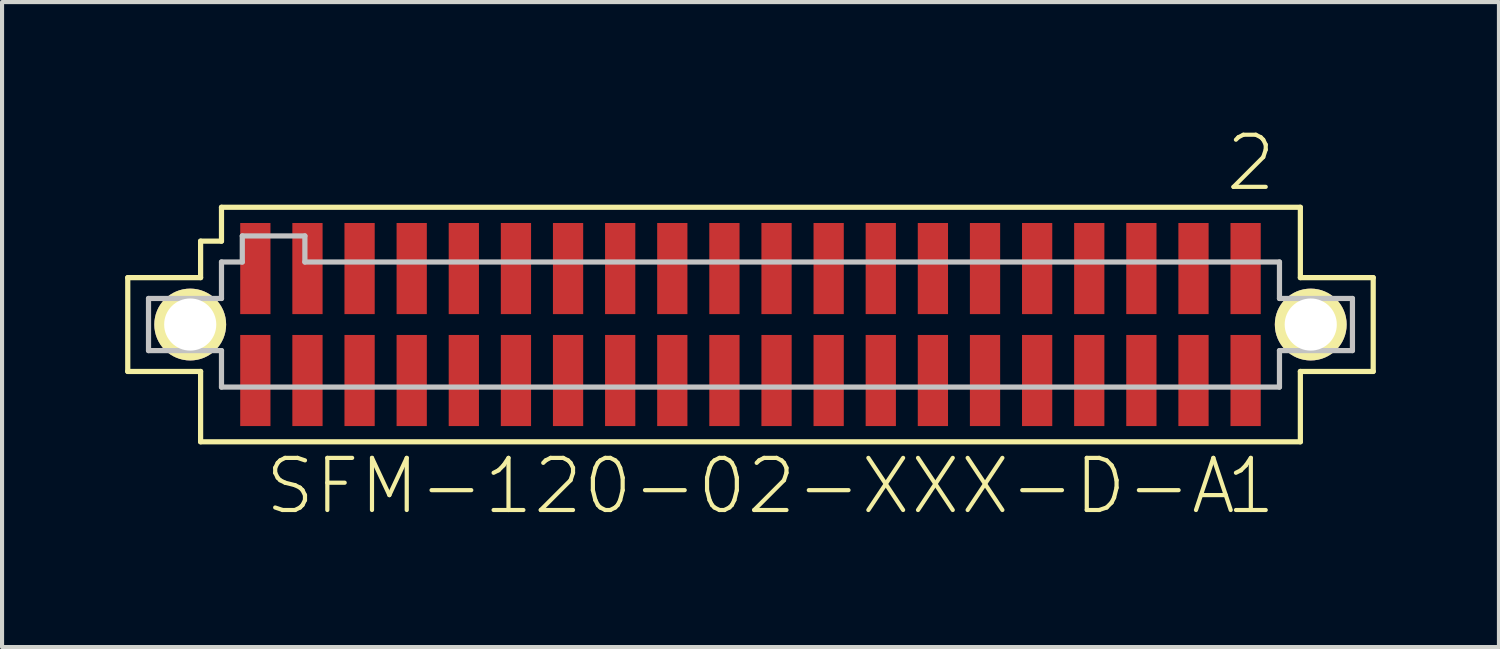
<source format=kicad_pcb>
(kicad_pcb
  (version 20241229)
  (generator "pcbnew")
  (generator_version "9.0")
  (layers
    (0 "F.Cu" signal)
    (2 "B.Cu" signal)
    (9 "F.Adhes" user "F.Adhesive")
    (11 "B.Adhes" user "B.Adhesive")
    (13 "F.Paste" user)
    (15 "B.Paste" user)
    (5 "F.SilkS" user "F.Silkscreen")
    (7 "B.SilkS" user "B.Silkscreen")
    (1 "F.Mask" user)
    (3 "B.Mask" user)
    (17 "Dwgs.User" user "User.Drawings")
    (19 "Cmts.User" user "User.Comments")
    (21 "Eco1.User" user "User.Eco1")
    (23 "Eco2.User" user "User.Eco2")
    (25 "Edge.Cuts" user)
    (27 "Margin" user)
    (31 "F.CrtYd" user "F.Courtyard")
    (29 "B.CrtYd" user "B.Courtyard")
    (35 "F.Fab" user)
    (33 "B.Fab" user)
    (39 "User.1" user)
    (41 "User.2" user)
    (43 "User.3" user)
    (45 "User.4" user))
  (footprint "SFM-120-02-XXX-D-A"
    (layer "F.Cu")
    (at 15.237 4.858)
    (property "Reference" "SFM-120-02-XXX-D-A" (at 0 3.937 0) (layer "F.SilkS") (effects (font (size 1.27 1.27) (thickness 0.102))))
    (attr smd)
    (fp_line (start -15.174 -1.143) (end -13.399 -1.143) (stroke (width 0.127) (type solid)) (layer "F.SilkS"))
    (fp_line (start -15.174 1.143) (end -15.174 -1.143) (stroke (width 0.127) (type solid)) (layer "F.SilkS"))
    (fp_line (start -14.364 0) (end -12.941 0) (stroke (width 0.127) (type solid)) (layer "F.SilkS"))
    (fp_line (start -13.652 0.711) (end -13.652 -0.711) (stroke (width 0.127) (type solid)) (layer "F.SilkS"))
    (fp_line (start -13.399 -2.032) (end -12.89 -2.032) (stroke (width 0.127) (type solid)) (layer "F.SilkS"))
    (fp_line (start -13.399 -1.143) (end -13.399 -2.032) (stroke (width 0.127) (type solid)) (layer "F.SilkS"))
    (fp_line (start -13.399 1.143) (end -15.174 1.143) (stroke (width 0.127) (type solid)) (layer "F.SilkS"))
    (fp_line (start -13.399 2.857) (end -13.399 1.143) (stroke (width 0.127) (type solid)) (layer "F.SilkS"))
    (fp_line (start -12.89 -2.857) (end 13.399 -2.857) (stroke (width 0.127) (type solid)) (layer "F.SilkS"))
    (fp_line (start -12.89 -2.032) (end -12.89 -2.857) (stroke (width 0.127) (type solid)) (layer "F.SilkS"))
    (fp_line (start 12.941 0) (end 14.364 0) (stroke (width 0.127) (type solid)) (layer "F.SilkS"))
    (fp_line (start 13.399 -2.857) (end 13.399 -1.143) (stroke (width 0.127) (type solid)) (layer "F.SilkS"))
    (fp_line (start 13.399 -1.143) (end 15.174 -1.143) (stroke (width 0.127) (type solid)) (layer "F.SilkS"))
    (fp_line (start 13.399 1.143) (end 13.399 2.857) (stroke (width 0.127) (type solid)) (layer "F.SilkS"))
    (fp_line (start 13.399 2.857) (end -13.399 2.857) (stroke (width 0.127) (type solid)) (layer "F.SilkS"))
    (fp_line (start 13.652 0.711) (end 13.652 -0.711) (stroke (width 0.127) (type solid)) (layer "F.SilkS"))
    (fp_line (start 15.174 -1.143) (end 15.174 1.143) (stroke (width 0.127) (type solid)) (layer "F.SilkS"))
    (fp_line (start 15.174 1.143) (end 13.399 1.143) (stroke (width 0.127) (type solid)) (layer "F.SilkS"))
    (fp_circle (center -13.652 0) (end -14.008 0.356) (stroke (width 0.127) (type solid)) (fill no) (layer "F.SilkS"))
    (fp_circle (center 13.652 0) (end 14.008 0.356) (stroke (width 0.127) (type solid)) (fill no) (layer "F.SilkS"))
    (fp_line (start -14.668 -0.635) (end -12.89 -0.635) (stroke (width 0.127) (type solid)) (layer "Dwgs.User"))
    (fp_line (start -14.668 0.635) (end -14.668 -0.635) (stroke (width 0.127) (type solid)) (layer "Dwgs.User"))
    (fp_line (start -12.89 -1.524) (end -12.383 -1.524) (stroke (width 0.127) (type solid)) (layer "Dwgs.User"))
    (fp_line (start -12.89 -0.635) (end -12.89 -1.524) (stroke (width 0.127) (type solid)) (layer "Dwgs.User"))
    (fp_line (start -12.89 0.635) (end -14.668 0.635) (stroke (width 0.127) (type solid)) (layer "Dwgs.User"))
    (fp_line (start -12.89 1.524) (end -12.89 0.635) (stroke (width 0.127) (type solid)) (layer "Dwgs.User"))
    (fp_line (start -12.383 -2.159) (end -10.858 -2.159) (stroke (width 0.127) (type solid)) (layer "Dwgs.User"))
    (fp_line (start -12.383 -1.524) (end -12.383 -2.159) (stroke (width 0.127) (type solid)) (layer "Dwgs.User"))
    (fp_line (start -10.858 -2.159) (end -10.858 -1.524) (stroke (width 0.127) (type solid)) (layer "Dwgs.User"))
    (fp_line (start -10.858 -1.524) (end 12.89 -1.524) (stroke (width 0.127) (type solid)) (layer "Dwgs.User"))
    (fp_line (start 12.89 -1.524) (end 12.89 -0.635) (stroke (width 0.127) (type solid)) (layer "Dwgs.User"))
    (fp_line (start 12.89 -0.635) (end 14.668 -0.635) (stroke (width 0.127) (type solid)) (layer "Dwgs.User"))
    (fp_line (start 12.89 0.635) (end 12.89 1.524) (stroke (width 0.127) (type solid)) (layer "Dwgs.User"))
    (fp_line (start 12.89 1.524) (end -12.89 1.524) (stroke (width 0.127) (type solid)) (layer "Dwgs.User"))
    (fp_line (start 14.668 -0.635) (end 14.668 0.635) (stroke (width 0.127) (type solid)) (layer "Dwgs.User"))
    (fp_line (start 14.668 0.635) (end 12.89 0.635) (stroke (width 0.127) (type solid)) (layer "Dwgs.User"))
    (fp_text user "2" (at 12.192 -3.937 0) (layer "F.SilkS") (effects (font (size 1.27 1.27) (thickness 0.102))))
    (fp_text user "1" (at 12.192 3.937 0) (layer "F.SilkS") (effects (font (size 1.27 1.27) (thickness 0.102))))
    (pad "1" smd rect (at 12.065 1.364) (size 0.737 2.22) (layers "F.Cu" "F.Mask" "F.Paste"))
    (pad "2" smd rect (at 12.065 -1.364) (size 0.737 2.22) (layers "F.Cu" "F.Mask" "F.Paste"))
    (pad "3" thru_hole circle (at -13.652 0) (size 1.75 1.75) (drill 1.27) (layers "*.Cu" "*.Mask" "F.SilkS"))
    (pad "3" smd rect (at 10.795 1.364) (size 0.737 2.22) (layers "F.Cu" "F.Mask" "F.Paste"))
    (pad "4" smd rect (at 10.795 -1.364) (size 0.737 2.22) (layers "F.Cu" "F.Mask" "F.Paste"))
    (pad "4" thru_hole circle (at 13.652 0) (size 1.75 1.75) (drill 1.27) (layers "*.Cu" "*.Mask" "F.SilkS"))
    (pad "5" smd rect (at 9.525 1.364) (size 0.737 2.22) (layers "F.Cu" "F.Mask" "F.Paste"))
    (pad "6" smd rect (at 9.525 -1.364) (size 0.737 2.22) (layers "F.Cu" "F.Mask" "F.Paste"))
    (pad "7" smd rect (at 8.255 1.364) (size 0.737 2.22) (layers "F.Cu" "F.Mask" "F.Paste"))
    (pad "8" smd rect (at 8.255 -1.364) (size 0.737 2.22) (layers "F.Cu" "F.Mask" "F.Paste"))
    (pad "9" smd rect (at 6.985 1.364) (size 0.737 2.22) (layers "F.Cu" "F.Mask" "F.Paste"))
    (pad "10" smd rect (at 6.985 -1.364) (size 0.737 2.22) (layers "F.Cu" "F.Mask" "F.Paste"))
    (pad "11" smd rect (at 5.715 1.364) (size 0.737 2.22) (layers "F.Cu" "F.Mask" "F.Paste"))
    (pad "12" smd rect (at 5.715 -1.364) (size 0.737 2.22) (layers "F.Cu" "F.Mask" "F.Paste"))
    (pad "13" smd rect (at 4.445 1.364) (size 0.737 2.22) (layers "F.Cu" "F.Mask" "F.Paste"))
    (pad "14" smd rect (at 4.445 -1.364) (size 0.737 2.22) (layers "F.Cu" "F.Mask" "F.Paste"))
    (pad "15" smd rect (at 3.175 1.364) (size 0.737 2.22) (layers "F.Cu" "F.Mask" "F.Paste"))
    (pad "16" smd rect (at 3.175 -1.364) (size 0.737 2.22) (layers "F.Cu" "F.Mask" "F.Paste"))
    (pad "17" smd rect (at 1.905 1.364) (size 0.737 2.22) (layers "F.Cu" "F.Mask" "F.Paste"))
    (pad "18" smd rect (at 1.905 -1.364) (size 0.737 2.22) (layers "F.Cu" "F.Mask" "F.Paste"))
    (pad "19" smd rect (at 0.635 1.364) (size 0.737 2.22) (layers "F.Cu" "F.Mask" "F.Paste"))
    (pad "20" smd rect (at 0.635 -1.364) (size 0.737 2.22) (layers "F.Cu" "F.Mask" "F.Paste"))
    (pad "21" smd rect (at -0.635 1.364) (size 0.737 2.22) (layers "F.Cu" "F.Mask" "F.Paste"))
    (pad "22" smd rect (at -0.635 -1.364) (size 0.737 2.22) (layers "F.Cu" "F.Mask" "F.Paste"))
    (pad "23" smd rect (at -1.905 1.364) (size 0.737 2.22) (layers "F.Cu" "F.Mask" "F.Paste"))
    (pad "24" smd rect (at -1.905 -1.364) (size 0.737 2.22) (layers "F.Cu" "F.Mask" "F.Paste"))
    (pad "25" smd rect (at -3.175 1.364) (size 0.737 2.22) (layers "F.Cu" "F.Mask" "F.Paste"))
    (pad "26" smd rect (at -3.175 -1.364) (size 0.737 2.22) (layers "F.Cu" "F.Mask" "F.Paste"))
    (pad "27" smd rect (at -4.445 1.364) (size 0.737 2.22) (layers "F.Cu" "F.Mask" "F.Paste"))
    (pad "28" smd rect (at -4.445 -1.364) (size 0.737 2.22) (layers "F.Cu" "F.Mask" "F.Paste"))
    (pad "29" smd rect (at -5.715 1.364) (size 0.737 2.22) (layers "F.Cu" "F.Mask" "F.Paste"))
    (pad "30" smd rect (at -5.715 -1.364) (size 0.737 2.22) (layers "F.Cu" "F.Mask" "F.Paste"))
    (pad "31" smd rect (at -6.985 1.364) (size 0.737 2.22) (layers "F.Cu" "F.Mask" "F.Paste"))
    (pad "32" smd rect (at -6.985 -1.364) (size 0.737 2.22) (layers "F.Cu" "F.Mask" "F.Paste"))
    (pad "33" smd rect (at -8.255 1.364) (size 0.737 2.22) (layers "F.Cu" "F.Mask" "F.Paste"))
    (pad "34" smd rect (at -8.255 -1.364) (size 0.737 2.22) (layers "F.Cu" "F.Mask" "F.Paste"))
    (pad "35" smd rect (at -9.525 1.364) (size 0.737 2.22) (layers "F.Cu" "F.Mask" "F.Paste"))
    (pad "36" smd rect (at -9.525 -1.364) (size 0.737 2.22) (layers "F.Cu" "F.Mask" "F.Paste"))
    (pad "37" smd rect (at -10.795 1.364) (size 0.737 2.22) (layers "F.Cu" "F.Mask" "F.Paste"))
    (pad "38" smd rect (at -10.795 -1.364) (size 0.737 2.22) (layers "F.Cu" "F.Mask" "F.Paste"))
    (pad "39" smd rect (at -12.065 1.364) (size 0.737 2.22) (layers "F.Cu" "F.Mask" "F.Paste"))
    (pad "40" smd rect (at -12.065 -1.364) (size 0.737 2.22) (layers "F.Cu" "F.Mask" "F.Paste")))
  (gr_rect
    (start -3 -3)
    (end 33.475 12.717)
    (stroke (width 0.1) (type default))
    (fill no)
    (layer "Edge.Cuts")))
</source>
